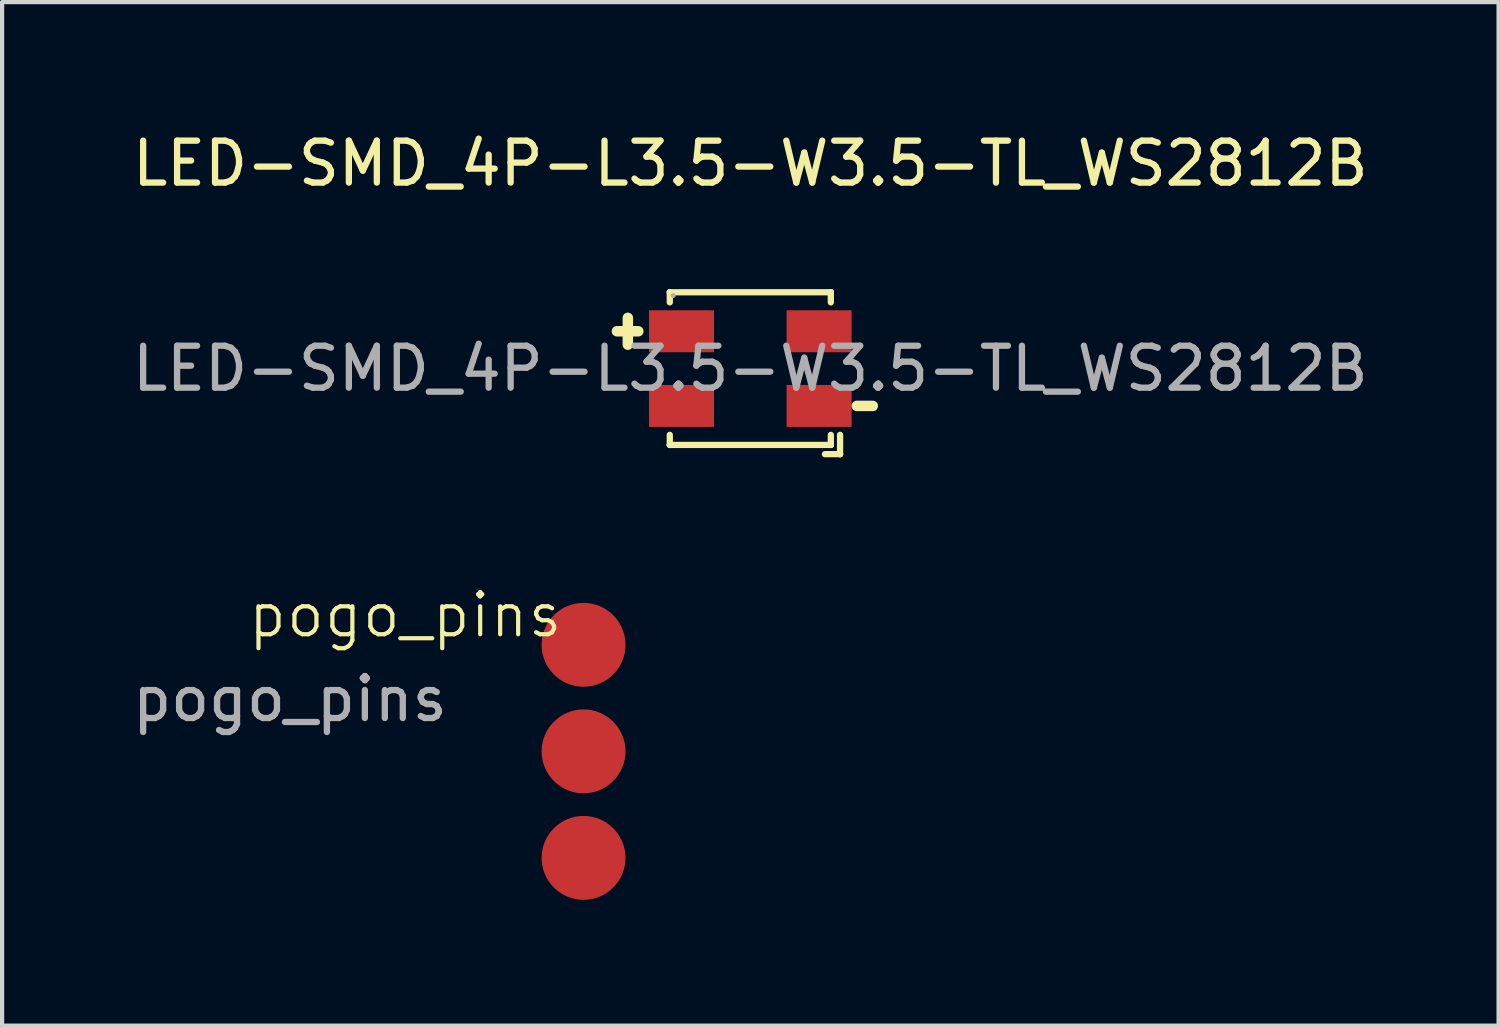
<source format=kicad_pcb>
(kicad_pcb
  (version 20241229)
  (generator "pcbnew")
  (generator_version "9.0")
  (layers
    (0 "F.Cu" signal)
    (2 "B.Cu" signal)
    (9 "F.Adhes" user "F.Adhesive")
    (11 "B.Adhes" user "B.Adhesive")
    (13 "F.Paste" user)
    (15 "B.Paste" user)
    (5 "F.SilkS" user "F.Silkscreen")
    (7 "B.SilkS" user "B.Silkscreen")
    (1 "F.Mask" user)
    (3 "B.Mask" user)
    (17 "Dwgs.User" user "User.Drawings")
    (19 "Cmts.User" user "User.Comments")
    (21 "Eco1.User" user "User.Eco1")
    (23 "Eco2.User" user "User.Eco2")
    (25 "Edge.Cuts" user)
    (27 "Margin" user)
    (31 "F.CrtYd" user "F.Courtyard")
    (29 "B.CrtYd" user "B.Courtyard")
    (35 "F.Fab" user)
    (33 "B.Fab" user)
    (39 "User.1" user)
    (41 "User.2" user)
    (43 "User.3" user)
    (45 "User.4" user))
  (footprint "pogo_pins"
    (layer "F.Cu")
    (at 10.863 14.864)
    (property "Reference" "pogo_pins" (at -4.25 -3.25 0) (unlocked yes) (layer "F.SilkS") (effects (font (size 1 1) (thickness 0.1))))
    (attr smd)
    (fp_text user "${REFERENCE}" (at -7 -1.25 0) (unlocked yes) (layer "F.Fab") (effects (font (size 1 1) (thickness 0.15))))
    (pad "1" smd circle (at 0 -2.54) (size 2 2) (layers "F.Cu" "F.Mask"))
    (pad "2" smd circle (at 0 0) (size 2 2) (layers "F.Cu" "F.Mask"))
    (pad "3" smd circle (at 0 2.54) (size 2 2) (layers "F.Cu" "F.Mask")))
  (footprint "LED-SMD_4P-L3.5-W3.5-TL_WS2812B"
    (layer "F.Cu")
    (at 14.839 5.738)
    (property "Reference" "LED-SMD_4P-L3.5-W3.5-TL_WS2812B" (at 0 -4.89 0) (layer "F.SilkS") (effects (font (size 1 1) (thickness 0.15))))
    (attr smd)
    (fp_line (start -3.18 -0.89) (end -2.67 -0.89) (stroke (width 0.25) (type solid)) (layer "F.SilkS"))
    (fp_line (start -2.92 -1.21) (end -2.92 -0.57) (stroke (width 0.25) (type solid)) (layer "F.SilkS"))
    (fp_line (start -1.92 -1.82) (end -1.92 -1.82) (stroke (width 0.15) (type solid)) (layer "F.SilkS"))
    (fp_line (start -1.92 -1.82) (end 1.92 -1.82) (stroke (width 0.15) (type solid)) (layer "F.SilkS"))
    (fp_line (start -1.92 -1.58) (end -1.92 -1.82) (stroke (width 0.15) (type solid)) (layer "F.SilkS"))
    (fp_line (start -1.92 1.58) (end -1.92 1.82) (stroke (width 0.15) (type solid)) (layer "F.SilkS"))
    (fp_line (start -1.92 1.82) (end -1.92 1.82) (stroke (width 0.15) (type solid)) (layer "F.SilkS"))
    (fp_line (start -1.92 1.82) (end 1.92 1.82) (stroke (width 0.15) (type solid)) (layer "F.SilkS"))
    (fp_line (start 1.92 -1.82) (end 1.92 -1.82) (stroke (width 0.15) (type solid)) (layer "F.SilkS"))
    (fp_line (start 1.92 -1.82) (end 1.92 -1.58) (stroke (width 0.15) (type solid)) (layer "F.SilkS"))
    (fp_line (start 1.92 1.82) (end 1.92 1.58) (stroke (width 0.15) (type solid)) (layer "F.SilkS"))
    (fp_line (start 1.92 1.82) (end 1.92 1.82) (stroke (width 0.15) (type solid)) (layer "F.SilkS"))
    (fp_line (start 2.14 1.58) (end 2.14 2.04) (stroke (width 0.15) (type solid)) (layer "F.SilkS"))
    (fp_line (start 2.14 2.04) (end 1.78 2.04) (stroke (width 0.15) (type solid)) (layer "F.SilkS"))
    (fp_line (start 2.14 2.04) (end 2.14 2.04) (stroke (width 0.15) (type solid)) (layer "F.SilkS"))
    (fp_line (start 2.54 0.89) (end 2.92 0.89) (stroke (width 0.25) (type solid)) (layer "F.SilkS"))
    (fp_circle (center -1.84 -1.74) (end -1.81 -1.74) (stroke (width 0.06) (type solid)) (fill no) (layer "F.Fab"))
    (fp_text user "${REFERENCE}" (at 0 0 0) (layer "F.Fab") (effects (font (size 1 1) (thickness 0.15))))
    (pad "1" smd rect (at -1.64 -0.89) (size 1.55 1) (layers "F.Cu" "F.Mask" "F.Paste"))
    (pad "2" smd rect (at -1.64 0.89) (size 1.55 1) (layers "F.Cu" "F.Mask" "F.Paste"))
    (pad "3" smd rect (at 1.64 0.89) (size 1.55 1) (layers "F.Cu" "F.Mask" "F.Paste"))
    (pad "4" smd rect (at 1.64 -0.89) (size 1.55 1) (layers "F.Cu" "F.Mask" "F.Paste")))
  (gr_rect
    (start -3 -3)
    (end 32.679 21.404)
    (stroke (width 0.1) (type default))
    (fill no)
    (layer "Edge.Cuts")))
</source>
